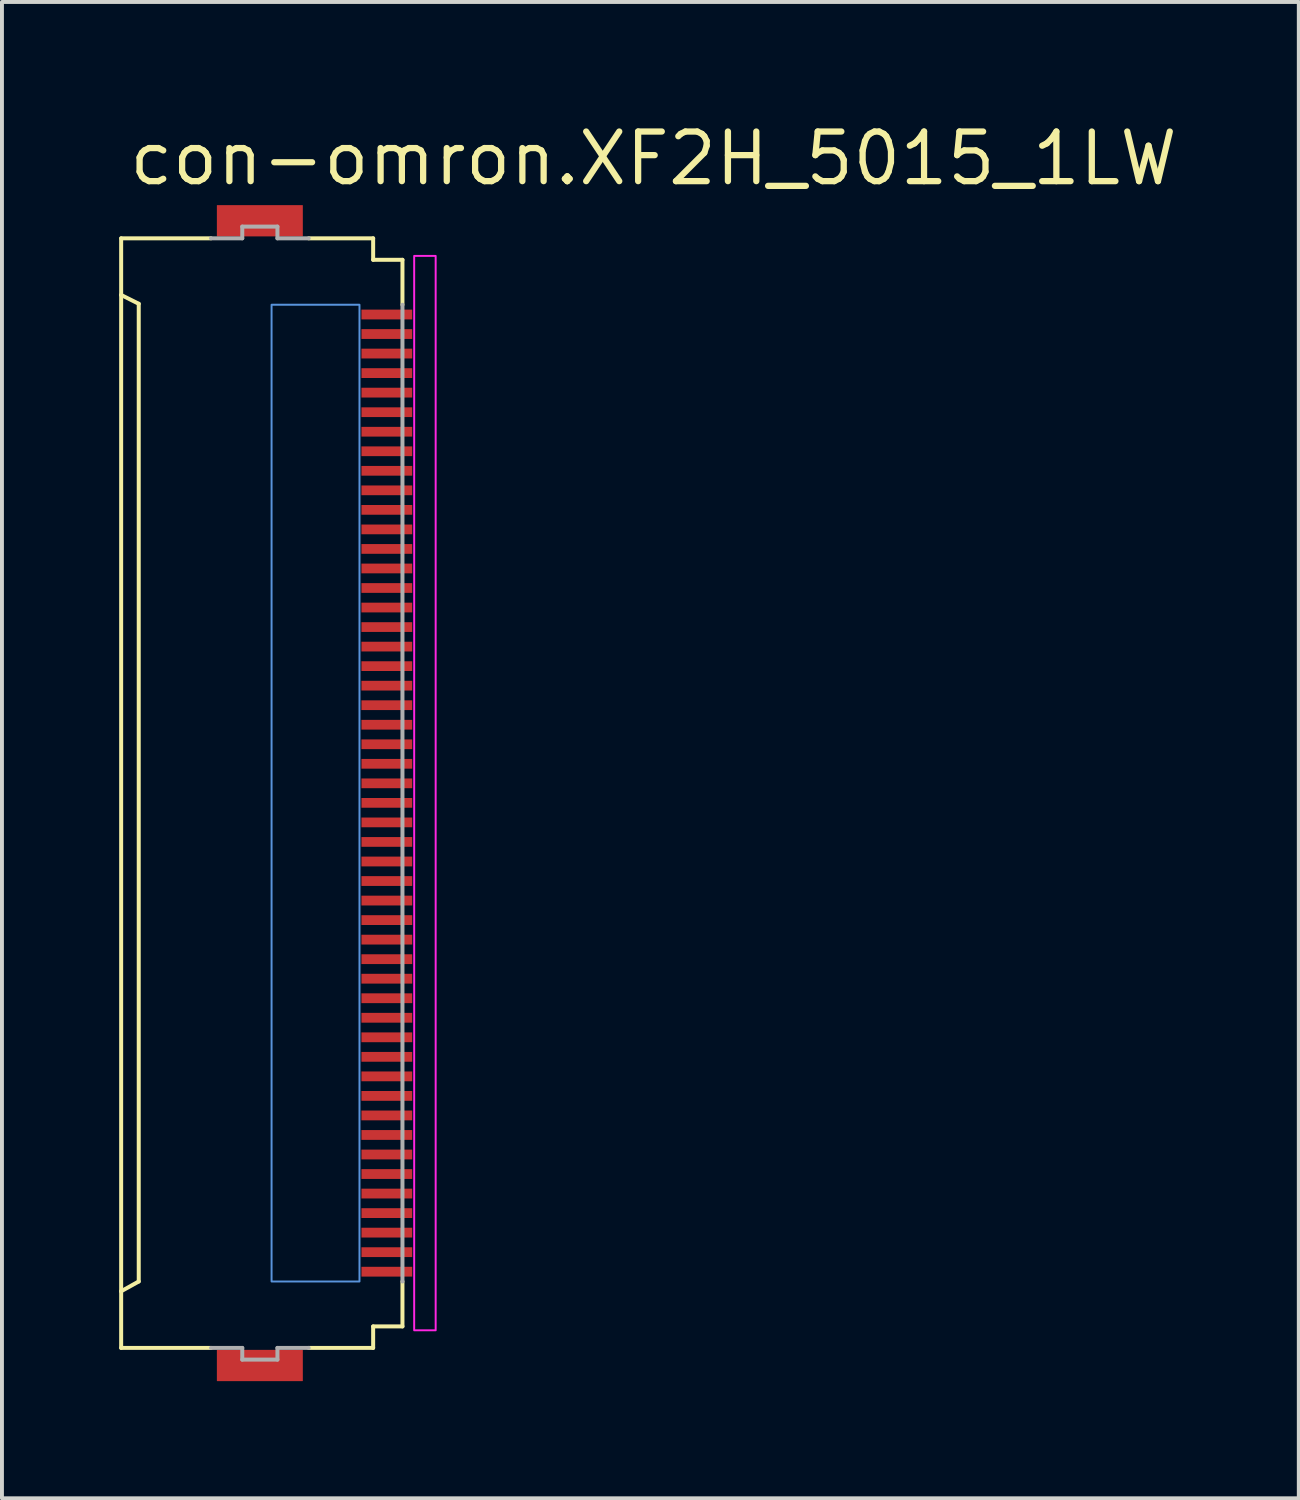
<source format=kicad_pcb>
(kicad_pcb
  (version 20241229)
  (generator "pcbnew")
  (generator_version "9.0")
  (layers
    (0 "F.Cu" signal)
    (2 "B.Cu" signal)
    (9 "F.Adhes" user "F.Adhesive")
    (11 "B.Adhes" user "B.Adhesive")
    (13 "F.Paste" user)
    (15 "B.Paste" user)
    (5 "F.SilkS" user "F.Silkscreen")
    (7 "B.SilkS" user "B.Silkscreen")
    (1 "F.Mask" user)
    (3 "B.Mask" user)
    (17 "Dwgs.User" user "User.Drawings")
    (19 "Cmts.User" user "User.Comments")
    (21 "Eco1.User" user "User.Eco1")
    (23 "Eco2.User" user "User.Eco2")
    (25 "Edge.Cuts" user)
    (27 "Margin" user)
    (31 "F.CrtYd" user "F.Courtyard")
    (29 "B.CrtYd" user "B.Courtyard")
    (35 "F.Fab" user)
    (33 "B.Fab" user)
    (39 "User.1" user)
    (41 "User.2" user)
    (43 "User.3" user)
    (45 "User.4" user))
  (footprint "con-omron.XF2H_5015_1LW"
    (layer "F.Cu")
    (at 3.676 17.25)
    (property "Reference" "con-omron.XF2H_5015_1LW" (at -3.5 -15.5 0) (layer "F.SilkS") (effects (font (size 1.27 1.27) (thickness 0.16)) (justify left bottom)))
    (attr smd)
    (fp_rect (start 2.475 -12.075) (end 3.875 -12.425) (stroke (width 0.05) (type default)) (fill yes) (layer "F.Mask"))
    (fp_rect (start 2.475 -11.575) (end 3.875 -11.925) (stroke (width 0.05) (type default)) (fill yes) (layer "F.Mask"))
    (fp_rect (start 2.475 -11.075) (end 3.875 -11.425) (stroke (width 0.05) (type default)) (fill yes) (layer "F.Mask"))
    (fp_rect (start 2.475 -10.575) (end 3.875 -10.925) (stroke (width 0.05) (type default)) (fill yes) (layer "F.Mask"))
    (fp_rect (start 2.475 -10.075) (end 3.875 -10.425) (stroke (width 0.05) (type default)) (fill yes) (layer "F.Mask"))
    (fp_rect (start 2.475 -9.575) (end 3.875 -9.925) (stroke (width 0.05) (type default)) (fill yes) (layer "F.Mask"))
    (fp_rect (start 2.475 -9.075) (end 3.875 -9.425) (stroke (width 0.05) (type default)) (fill yes) (layer "F.Mask"))
    (fp_rect (start 2.475 -8.575) (end 3.875 -8.925) (stroke (width 0.05) (type default)) (fill yes) (layer "F.Mask"))
    (fp_rect (start 2.475 -8.075) (end 3.875 -8.425) (stroke (width 0.05) (type default)) (fill yes) (layer "F.Mask"))
    (fp_rect (start 2.475 -7.575) (end 3.875 -7.925) (stroke (width 0.05) (type default)) (fill yes) (layer "F.Mask"))
    (fp_rect (start 2.475 -7.075) (end 3.875 -7.425) (stroke (width 0.05) (type default)) (fill yes) (layer "F.Mask"))
    (fp_rect (start 2.475 -6.575) (end 3.875 -6.925) (stroke (width 0.05) (type default)) (fill yes) (layer "F.Mask"))
    (fp_rect (start 2.475 -6.075) (end 3.875 -6.425) (stroke (width 0.05) (type default)) (fill yes) (layer "F.Mask"))
    (fp_rect (start 2.475 -5.575) (end 3.875 -5.925) (stroke (width 0.05) (type default)) (fill yes) (layer "F.Mask"))
    (fp_rect (start 2.475 -5.075) (end 3.875 -5.425) (stroke (width 0.05) (type default)) (fill yes) (layer "F.Mask"))
    (fp_rect (start 2.475 -4.575) (end 3.875 -4.925) (stroke (width 0.05) (type default)) (fill yes) (layer "F.Mask"))
    (fp_rect (start 2.475 -4.075) (end 3.875 -4.425) (stroke (width 0.05) (type default)) (fill yes) (layer "F.Mask"))
    (fp_rect (start 2.475 -3.575) (end 3.875 -3.925) (stroke (width 0.05) (type default)) (fill yes) (layer "F.Mask"))
    (fp_rect (start 2.475 -3.075) (end 3.875 -3.425) (stroke (width 0.05) (type default)) (fill yes) (layer "F.Mask"))
    (fp_rect (start 2.475 -2.575) (end 3.875 -2.925) (stroke (width 0.05) (type default)) (fill yes) (layer "F.Mask"))
    (fp_rect (start 2.475 -2.075) (end 3.875 -2.425) (stroke (width 0.05) (type default)) (fill yes) (layer "F.Mask"))
    (fp_rect (start 2.475 -1.575) (end 3.875 -1.925) (stroke (width 0.05) (type default)) (fill yes) (layer "F.Mask"))
    (fp_rect (start 2.475 -1.075) (end 3.875 -1.425) (stroke (width 0.05) (type default)) (fill yes) (layer "F.Mask"))
    (fp_rect (start 2.475 -0.575) (end 3.875 -0.925) (stroke (width 0.05) (type default)) (fill yes) (layer "F.Mask"))
    (fp_rect (start 2.475 -0.075) (end 3.875 -0.425) (stroke (width 0.05) (type default)) (fill yes) (layer "F.Mask"))
    (fp_rect (start 2.475 0.425) (end 3.875 0.075) (stroke (width 0.05) (type default)) (fill yes) (layer "F.Mask"))
    (fp_rect (start 2.475 0.925) (end 3.875 0.575) (stroke (width 0.05) (type default)) (fill yes) (layer "F.Mask"))
    (fp_rect (start 2.475 1.425) (end 3.875 1.075) (stroke (width 0.05) (type default)) (fill yes) (layer "F.Mask"))
    (fp_rect (start 2.475 1.925) (end 3.875 1.575) (stroke (width 0.05) (type default)) (fill yes) (layer "F.Mask"))
    (fp_rect (start 2.475 2.425) (end 3.875 2.075) (stroke (width 0.05) (type default)) (fill yes) (layer "F.Mask"))
    (fp_rect (start 2.475 2.925) (end 3.875 2.575) (stroke (width 0.05) (type default)) (fill yes) (layer "F.Mask"))
    (fp_rect (start 2.475 3.425) (end 3.875 3.075) (stroke (width 0.05) (type default)) (fill yes) (layer "F.Mask"))
    (fp_rect (start 2.475 3.925) (end 3.875 3.575) (stroke (width 0.05) (type default)) (fill yes) (layer "F.Mask"))
    (fp_rect (start 2.475 4.425) (end 3.875 4.075) (stroke (width 0.05) (type default)) (fill yes) (layer "F.Mask"))
    (fp_rect (start 2.475 4.925) (end 3.875 4.575) (stroke (width 0.05) (type default)) (fill yes) (layer "F.Mask"))
    (fp_rect (start 2.475 5.425) (end 3.875 5.075) (stroke (width 0.05) (type default)) (fill yes) (layer "F.Mask"))
    (fp_rect (start 2.475 5.925) (end 3.875 5.575) (stroke (width 0.05) (type default)) (fill yes) (layer "F.Mask"))
    (fp_rect (start 2.475 6.425) (end 3.875 6.075) (stroke (width 0.05) (type default)) (fill yes) (layer "F.Mask"))
    (fp_rect (start 2.475 6.925) (end 3.875 6.575) (stroke (width 0.05) (type default)) (fill yes) (layer "F.Mask"))
    (fp_rect (start 2.475 7.425) (end 3.875 7.075) (stroke (width 0.05) (type default)) (fill yes) (layer "F.Mask"))
    (fp_rect (start 2.475 7.925) (end 3.875 7.575) (stroke (width 0.05) (type default)) (fill yes) (layer "F.Mask"))
    (fp_rect (start 2.475 8.425) (end 3.875 8.075) (stroke (width 0.05) (type default)) (fill yes) (layer "F.Mask"))
    (fp_rect (start 2.475 8.925) (end 3.875 8.575) (stroke (width 0.05) (type default)) (fill yes) (layer "F.Mask"))
    (fp_rect (start 2.475 9.425) (end 3.875 9.075) (stroke (width 0.05) (type default)) (fill yes) (layer "F.Mask"))
    (fp_rect (start 2.475 9.925) (end 3.875 9.575) (stroke (width 0.05) (type default)) (fill yes) (layer "F.Mask"))
    (fp_rect (start 2.475 10.425) (end 3.875 10.075) (stroke (width 0.05) (type default)) (fill yes) (layer "F.Mask"))
    (fp_rect (start 2.475 10.925) (end 3.875 10.575) (stroke (width 0.05) (type default)) (fill yes) (layer "F.Mask"))
    (fp_rect (start 2.475 11.425) (end 3.875 11.075) (stroke (width 0.05) (type default)) (fill yes) (layer "F.Mask"))
    (fp_rect (start 2.475 11.925) (end 3.875 11.575) (stroke (width 0.05) (type default)) (fill yes) (layer "F.Mask"))
    (fp_rect (start 2.475 12.425) (end 3.875 12.075) (stroke (width 0.05) (type default)) (fill yes) (layer "F.Mask"))
    (fp_line (start -3.625 -14.2) (end -1.325 -14.2) (stroke (width 0.102) (type default)) (layer "F.SilkS"))
    (fp_line (start -3.625 -12.75) (end -3.625 -14.2) (stroke (width 0.102) (type default)) (layer "F.SilkS"))
    (fp_line (start -3.625 -12.75) (end -3.625 12.75) (stroke (width 0.102) (type default)) (layer "F.SilkS"))
    (fp_line (start -3.625 12.75) (end -3.175 12.5) (stroke (width 0.102) (type default)) (layer "F.SilkS"))
    (fp_line (start -3.625 14.2) (end -3.625 12.75) (stroke (width 0.102) (type default)) (layer "F.SilkS"))
    (fp_line (start -3.175 -12.525) (end -3.625 -12.75) (stroke (width 0.102) (type default)) (layer "F.SilkS"))
    (fp_line (start -3.175 12.5) (end -3.175 -12.525) (stroke (width 0.102) (type default)) (layer "F.SilkS"))
    (fp_line (start -1.325 14.2) (end -3.625 14.2) (stroke (width 0.102) (type default)) (layer "F.SilkS"))
    (fp_line (start 1.175 -14.2) (end 2.825 -14.2) (stroke (width 0.102) (type default)) (layer "F.SilkS"))
    (fp_line (start 1.175 14.2) (end 2.825 14.2) (stroke (width 0.102) (type default)) (layer "F.SilkS"))
    (fp_line (start 2.825 -14.2) (end 2.825 -13.65) (stroke (width 0.102) (type default)) (layer "F.SilkS"))
    (fp_line (start 2.825 -13.65) (end 3.575 -13.65) (stroke (width 0.102) (type default)) (layer "F.SilkS"))
    (fp_line (start 2.825 13.65) (end 2.825 14.2) (stroke (width 0.102) (type default)) (layer "F.SilkS"))
    (fp_line (start 2.825 13.65) (end 3.575 13.65) (stroke (width 0.102) (type default)) (layer "F.SilkS"))
    (fp_line (start 3.575 -13.65) (end 3.575 -12.5) (stroke (width 0.102) (type default)) (layer "F.SilkS"))
    (fp_line (start 3.575 12.5) (end 3.575 13.65) (stroke (width 0.102) (type default)) (layer "F.SilkS"))
    (fp_rect (start 0.225 12.5) (end 2.475 -12.5) (stroke (width 0.05) (type default)) (fill no) (layer "Cmts.User"))
    (fp_rect (start 3.875 13.75) (end 4.425 -13.75) (stroke (width 0.05) (type default)) (fill no) (layer "F.CrtYd"))
    (fp_line (start -1.325 -14.2) (end -0.525 -14.2) (stroke (width 0.102) (type default)) (layer "F.Fab"))
    (fp_line (start -0.525 -14.5) (end 0.375 -14.5) (stroke (width 0.102) (type default)) (layer "F.Fab"))
    (fp_line (start -0.525 -14.2) (end -0.525 -14.5) (stroke (width 0.102) (type default)) (layer "F.Fab"))
    (fp_line (start -0.525 14.2) (end -1.325 14.2) (stroke (width 0.102) (type default)) (layer "F.Fab"))
    (fp_line (start -0.525 14.5) (end -0.525 14.2) (stroke (width 0.102) (type default)) (layer "F.Fab"))
    (fp_line (start 0.375 -14.5) (end 0.375 -14.2) (stroke (width 0.102) (type default)) (layer "F.Fab"))
    (fp_line (start 0.375 -14.2) (end 1.175 -14.2) (stroke (width 0.102) (type default)) (layer "F.Fab"))
    (fp_line (start 0.375 14.2) (end 0.375 14.5) (stroke (width 0.102) (type default)) (layer "F.Fab"))
    (fp_line (start 0.375 14.5) (end -0.525 14.5) (stroke (width 0.102) (type default)) (layer "F.Fab"))
    (fp_line (start 1.175 14.2) (end 0.375 14.2) (stroke (width 0.102) (type default)) (layer "F.Fab"))
    (fp_line (start 3.575 -12.5) (end 3.575 12.5) (stroke (width 0.102) (type default)) (layer "F.Fab"))
    (pad "1" smd roundrect (at 3.175 -12.25) (size 1.3 0.25) (layers "F.Cu" "F.Mask" "F.Paste") (roundrect_rratio 0.01))
    (pad "2" smd roundrect (at 3.175 -11.75) (size 1.3 0.25) (layers "F.Cu" "F.Mask" "F.Paste") (roundrect_rratio 0.01))
    (pad "3" smd roundrect (at 3.175 -11.25) (size 1.3 0.25) (layers "F.Cu" "F.Mask" "F.Paste") (roundrect_rratio 0.01))
    (pad "4" smd roundrect (at 3.175 -10.75) (size 1.3 0.25) (layers "F.Cu" "F.Mask" "F.Paste") (roundrect_rratio 0.01))
    (pad "5" smd roundrect (at 3.175 -10.25) (size 1.3 0.25) (layers "F.Cu" "F.Mask" "F.Paste") (roundrect_rratio 0.01))
    (pad "6" smd roundrect (at 3.175 -9.75) (size 1.3 0.25) (layers "F.Cu" "F.Mask" "F.Paste") (roundrect_rratio 0.01))
    (pad "7" smd roundrect (at 3.175 -9.25) (size 1.3 0.25) (layers "F.Cu" "F.Mask" "F.Paste") (roundrect_rratio 0.01))
    (pad "8" smd roundrect (at 3.175 -8.75) (size 1.3 0.25) (layers "F.Cu" "F.Mask" "F.Paste") (roundrect_rratio 0.01))
    (pad "9" smd roundrect (at 3.175 -8.25) (size 1.3 0.25) (layers "F.Cu" "F.Mask" "F.Paste") (roundrect_rratio 0.01))
    (pad "10" smd roundrect (at 3.175 -7.75) (size 1.3 0.25) (layers "F.Cu" "F.Mask" "F.Paste") (roundrect_rratio 0.01))
    (pad "11" smd roundrect (at 3.175 -7.25) (size 1.3 0.25) (layers "F.Cu" "F.Mask" "F.Paste") (roundrect_rratio 0.01))
    (pad "12" smd roundrect (at 3.175 -6.75) (size 1.3 0.25) (layers "F.Cu" "F.Mask" "F.Paste") (roundrect_rratio 0.01))
    (pad "13" smd roundrect (at 3.175 -6.25) (size 1.3 0.25) (layers "F.Cu" "F.Mask" "F.Paste") (roundrect_rratio 0.01))
    (pad "14" smd roundrect (at 3.175 -5.75) (size 1.3 0.25) (layers "F.Cu" "F.Mask" "F.Paste") (roundrect_rratio 0.01))
    (pad "15" smd roundrect (at 3.175 -5.25) (size 1.3 0.25) (layers "F.Cu" "F.Mask" "F.Paste") (roundrect_rratio 0.01))
    (pad "16" smd roundrect (at 3.175 -4.75) (size 1.3 0.25) (layers "F.Cu" "F.Mask" "F.Paste") (roundrect_rratio 0.01))
    (pad "17" smd roundrect (at 3.175 -4.25) (size 1.3 0.25) (layers "F.Cu" "F.Mask" "F.Paste") (roundrect_rratio 0.01))
    (pad "18" smd roundrect (at 3.175 -3.75) (size 1.3 0.25) (layers "F.Cu" "F.Mask" "F.Paste") (roundrect_rratio 0.01))
    (pad "19" smd roundrect (at 3.175 -3.25) (size 1.3 0.25) (layers "F.Cu" "F.Mask" "F.Paste") (roundrect_rratio 0.01))
    (pad "20" smd roundrect (at 3.175 -2.75) (size 1.3 0.25) (layers "F.Cu" "F.Mask" "F.Paste") (roundrect_rratio 0.01))
    (pad "21" smd roundrect (at 3.175 -2.25) (size 1.3 0.25) (layers "F.Cu" "F.Mask" "F.Paste") (roundrect_rratio 0.01))
    (pad "22" smd roundrect (at 3.175 -1.75) (size 1.3 0.25) (layers "F.Cu" "F.Mask" "F.Paste") (roundrect_rratio 0.01))
    (pad "23" smd roundrect (at 3.175 -1.25) (size 1.3 0.25) (layers "F.Cu" "F.Mask" "F.Paste") (roundrect_rratio 0.01))
    (pad "24" smd roundrect (at 3.175 -0.75) (size 1.3 0.25) (layers "F.Cu" "F.Mask" "F.Paste") (roundrect_rratio 0.01))
    (pad "25" smd roundrect (at 3.175 -0.25) (size 1.3 0.25) (layers "F.Cu" "F.Mask" "F.Paste") (roundrect_rratio 0.01))
    (pad "26" smd roundrect (at 3.175 0.25) (size 1.3 0.25) (layers "F.Cu" "F.Mask" "F.Paste") (roundrect_rratio 0.01))
    (pad "27" smd roundrect (at 3.175 0.75) (size 1.3 0.25) (layers "F.Cu" "F.Mask" "F.Paste") (roundrect_rratio 0.01))
    (pad "28" smd roundrect (at 3.175 1.25) (size 1.3 0.25) (layers "F.Cu" "F.Mask" "F.Paste") (roundrect_rratio 0.01))
    (pad "29" smd roundrect (at 3.175 1.75) (size 1.3 0.25) (layers "F.Cu" "F.Mask" "F.Paste") (roundrect_rratio 0.01))
    (pad "30" smd roundrect (at 3.175 2.25) (size 1.3 0.25) (layers "F.Cu" "F.Mask" "F.Paste") (roundrect_rratio 0.01))
    (pad "31" smd roundrect (at 3.175 2.75) (size 1.3 0.25) (layers "F.Cu" "F.Mask" "F.Paste") (roundrect_rratio 0.01))
    (pad "32" smd roundrect (at 3.175 3.25) (size 1.3 0.25) (layers "F.Cu" "F.Mask" "F.Paste") (roundrect_rratio 0.01))
    (pad "33" smd roundrect (at 3.175 3.75) (size 1.3 0.25) (layers "F.Cu" "F.Mask" "F.Paste") (roundrect_rratio 0.01))
    (pad "34" smd roundrect (at 3.175 4.25) (size 1.3 0.25) (layers "F.Cu" "F.Mask" "F.Paste") (roundrect_rratio 0.01))
    (pad "35" smd roundrect (at 3.175 4.75) (size 1.3 0.25) (layers "F.Cu" "F.Mask" "F.Paste") (roundrect_rratio 0.01))
    (pad "36" smd roundrect (at 3.175 5.25) (size 1.3 0.25) (layers "F.Cu" "F.Mask" "F.Paste") (roundrect_rratio 0.01))
    (pad "37" smd roundrect (at 3.175 5.75) (size 1.3 0.25) (layers "F.Cu" "F.Mask" "F.Paste") (roundrect_rratio 0.01))
    (pad "38" smd roundrect (at 3.175 6.25) (size 1.3 0.25) (layers "F.Cu" "F.Mask" "F.Paste") (roundrect_rratio 0.01))
    (pad "39" smd roundrect (at 3.175 6.75) (size 1.3 0.25) (layers "F.Cu" "F.Mask" "F.Paste") (roundrect_rratio 0.01))
    (pad "40" smd roundrect (at 3.175 7.25) (size 1.3 0.25) (layers "F.Cu" "F.Mask" "F.Paste") (roundrect_rratio 0.01))
    (pad "41" smd roundrect (at 3.175 7.75) (size 1.3 0.25) (layers "F.Cu" "F.Mask" "F.Paste") (roundrect_rratio 0.01))
    (pad "42" smd roundrect (at 3.175 8.25) (size 1.3 0.25) (layers "F.Cu" "F.Mask" "F.Paste") (roundrect_rratio 0.01))
    (pad "43" smd roundrect (at 3.175 8.75) (size 1.3 0.25) (layers "F.Cu" "F.Mask" "F.Paste") (roundrect_rratio 0.01))
    (pad "44" smd roundrect (at 3.175 9.25) (size 1.3 0.25) (layers "F.Cu" "F.Mask" "F.Paste") (roundrect_rratio 0.01))
    (pad "45" smd roundrect (at 3.175 9.75) (size 1.3 0.25) (layers "F.Cu" "F.Mask" "F.Paste") (roundrect_rratio 0.01))
    (pad "46" smd roundrect (at 3.175 10.25) (size 1.3 0.25) (layers "F.Cu" "F.Mask" "F.Paste") (roundrect_rratio 0.01))
    (pad "47" smd roundrect (at 3.175 10.75) (size 1.3 0.25) (layers "F.Cu" "F.Mask" "F.Paste") (roundrect_rratio 0.01))
    (pad "48" smd roundrect (at 3.175 11.25) (size 1.3 0.25) (layers "F.Cu" "F.Mask" "F.Paste") (roundrect_rratio 0.01))
    (pad "49" smd roundrect (at 3.175 11.75) (size 1.3 0.25) (layers "F.Cu" "F.Mask" "F.Paste") (roundrect_rratio 0.01))
    (pad "50" smd roundrect (at 3.175 12.25) (size 1.3 0.25) (layers "F.Cu" "F.Mask" "F.Paste") (roundrect_rratio 0.01))
    (pad "M1" smd roundrect (at -0.075 -14.65) (size 2.2 0.8) (layers "F.Cu" "F.Mask" "F.Paste") (roundrect_rratio 0.01))
    (pad "M2" smd roundrect (at -0.075 14.65) (size 2.2 0.8) (layers "F.Cu" "F.Mask" "F.Paste") (roundrect_rratio 0.01)))
  (gr_rect
    (start -3 -3)
    (end 30.193 35.3)
    (stroke (width 0.1) (type default))
    (fill no)
    (layer "Edge.Cuts")))
</source>
